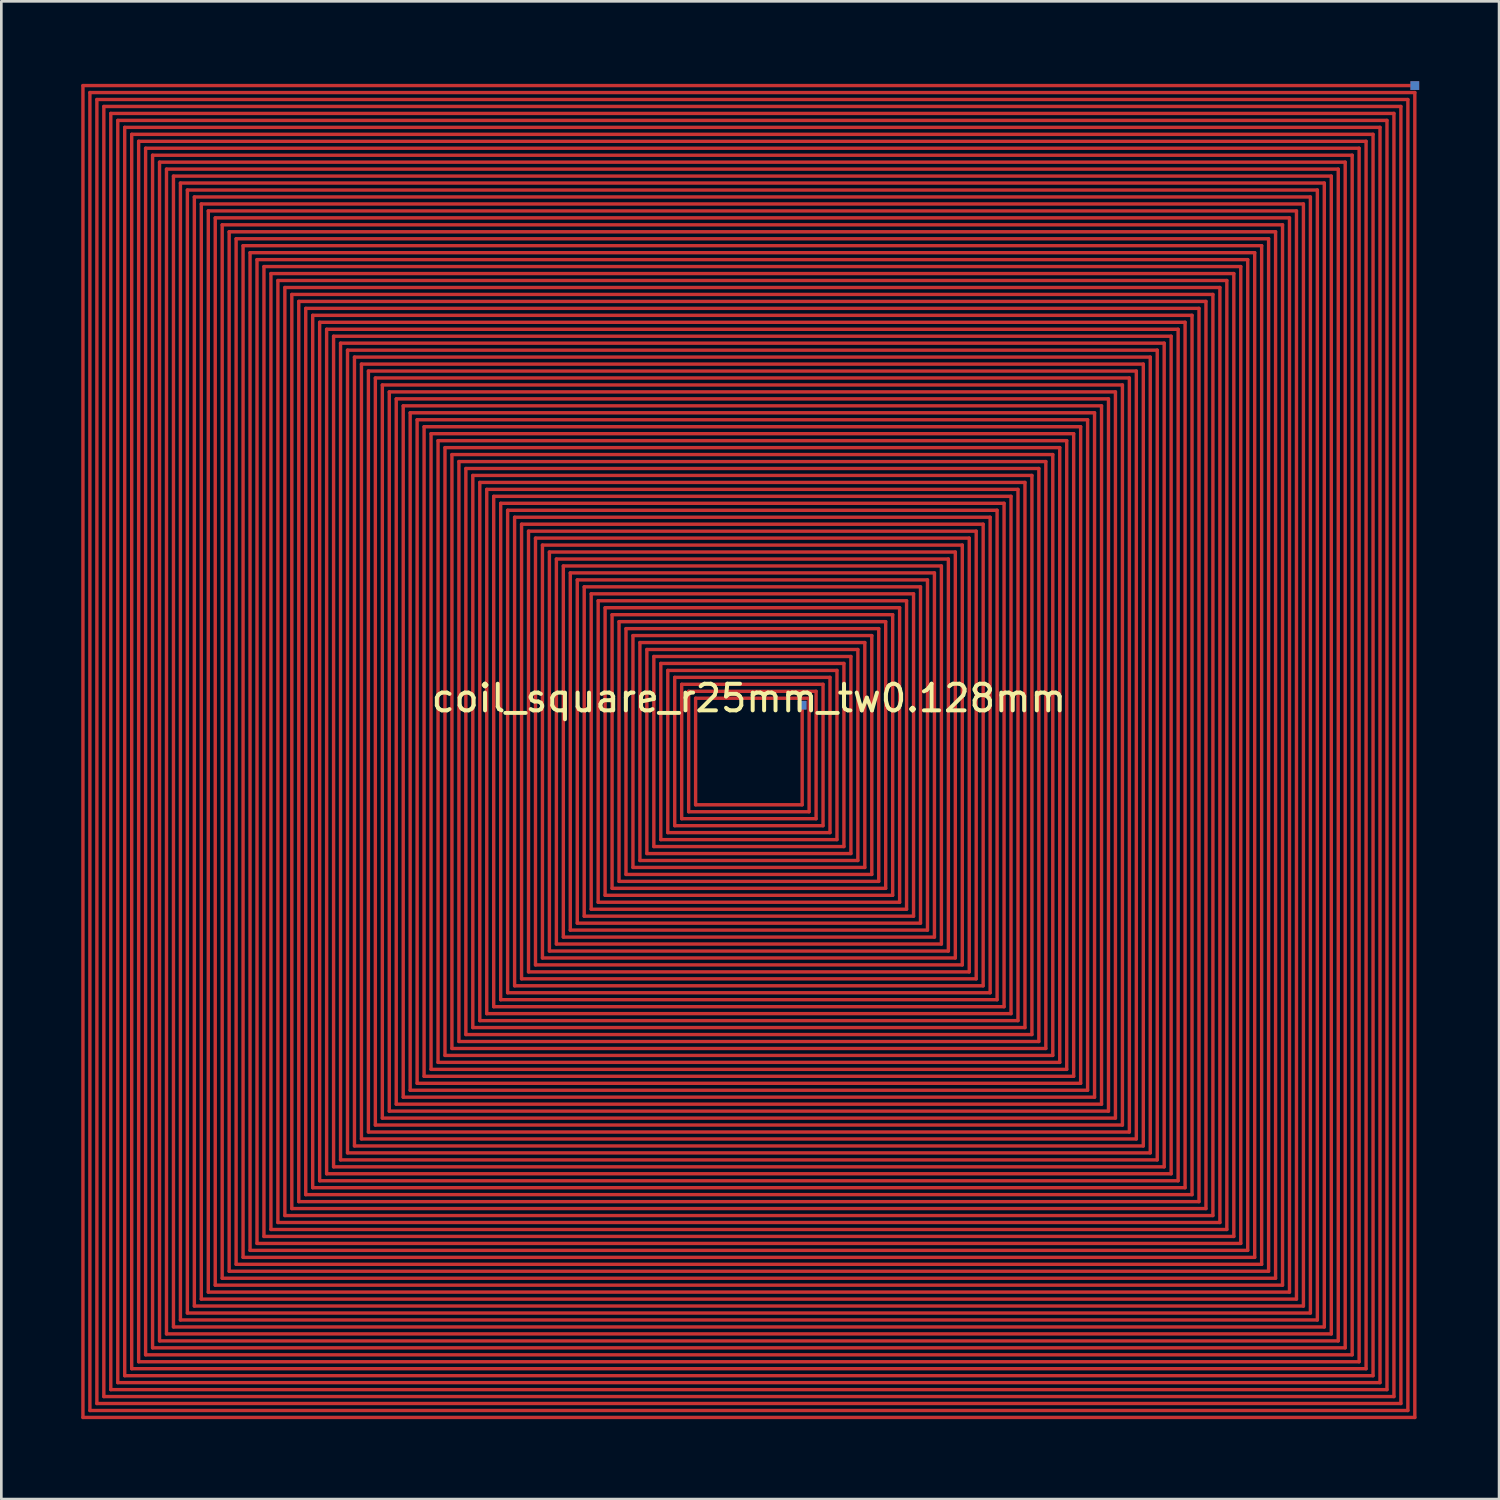
<source format=kicad_pcb>
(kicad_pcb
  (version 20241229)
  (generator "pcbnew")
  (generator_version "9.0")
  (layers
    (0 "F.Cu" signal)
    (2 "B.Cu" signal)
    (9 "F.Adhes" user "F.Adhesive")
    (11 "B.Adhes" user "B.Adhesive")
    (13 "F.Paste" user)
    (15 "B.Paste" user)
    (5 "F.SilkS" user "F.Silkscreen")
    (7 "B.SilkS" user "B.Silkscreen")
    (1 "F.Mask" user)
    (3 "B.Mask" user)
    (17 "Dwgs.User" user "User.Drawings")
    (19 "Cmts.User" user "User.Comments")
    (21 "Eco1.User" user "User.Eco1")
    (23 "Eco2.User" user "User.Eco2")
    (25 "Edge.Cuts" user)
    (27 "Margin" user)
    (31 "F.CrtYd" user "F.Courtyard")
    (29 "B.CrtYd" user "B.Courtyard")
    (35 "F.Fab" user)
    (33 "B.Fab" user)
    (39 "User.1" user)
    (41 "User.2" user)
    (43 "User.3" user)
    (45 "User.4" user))
  (footprint "coil_square_r25mm_tw0.128mm"
    (layer "F.Cu")
    (at 25.064 25.163)
    (property "Reference" "coil_square_r25mm_tw0.128mm" (at 0 -2 0) (layer "F.SilkS") (effects (font (size 1 1) (thickness 0.15))))
    (attr through_hole)
    (fp_line (start -25 -25) (end -25 25) (stroke (width 0.128) (type solid)) (layer "F.Cu"))
    (fp_line (start -25 25) (end 25 25) (stroke (width 0.128) (type solid)) (layer "F.Cu"))
    (fp_line (start -24.739 -24.739) (end -24.739 24.739) (stroke (width 0.128) (type solid)) (layer "F.Cu"))
    (fp_line (start -24.739 24.739) (end 24.739 24.739) (stroke (width 0.128) (type solid)) (layer "F.Cu"))
    (fp_line (start -24.477 -24.477) (end -24.477 24.477) (stroke (width 0.128) (type solid)) (layer "F.Cu"))
    (fp_line (start -24.477 24.477) (end 24.477 24.477) (stroke (width 0.128) (type solid)) (layer "F.Cu"))
    (fp_line (start -24.216 -24.216) (end -24.216 24.216) (stroke (width 0.128) (type solid)) (layer "F.Cu"))
    (fp_line (start -24.216 24.216) (end 24.216 24.216) (stroke (width 0.128) (type solid)) (layer "F.Cu"))
    (fp_line (start -23.955 -23.955) (end -23.955 23.955) (stroke (width 0.128) (type solid)) (layer "F.Cu"))
    (fp_line (start -23.955 23.955) (end 23.955 23.955) (stroke (width 0.128) (type solid)) (layer "F.Cu"))
    (fp_line (start -23.693 -23.693) (end -23.693 23.693) (stroke (width 0.128) (type solid)) (layer "F.Cu"))
    (fp_line (start -23.693 23.693) (end 23.693 23.693) (stroke (width 0.128) (type solid)) (layer "F.Cu"))
    (fp_line (start -23.432 -23.432) (end -23.432 23.432) (stroke (width 0.128) (type solid)) (layer "F.Cu"))
    (fp_line (start -23.432 23.432) (end 23.432 23.432) (stroke (width 0.128) (type solid)) (layer "F.Cu"))
    (fp_line (start -23.17 -23.17) (end -23.17 23.17) (stroke (width 0.128) (type solid)) (layer "F.Cu"))
    (fp_line (start -23.17 23.17) (end 23.17 23.17) (stroke (width 0.128) (type solid)) (layer "F.Cu"))
    (fp_line (start -22.909 -22.909) (end -22.909 22.909) (stroke (width 0.128) (type solid)) (layer "F.Cu"))
    (fp_line (start -22.909 22.909) (end 22.909 22.909) (stroke (width 0.128) (type solid)) (layer "F.Cu"))
    (fp_line (start -22.648 -22.648) (end -22.648 22.648) (stroke (width 0.128) (type solid)) (layer "F.Cu"))
    (fp_line (start -22.648 22.648) (end 22.648 22.648) (stroke (width 0.128) (type solid)) (layer "F.Cu"))
    (fp_line (start -22.386 -22.386) (end -22.386 22.386) (stroke (width 0.128) (type solid)) (layer "F.Cu"))
    (fp_line (start -22.386 22.386) (end 22.386 22.386) (stroke (width 0.128) (type solid)) (layer "F.Cu"))
    (fp_line (start -22.125 -22.125) (end -22.125 22.125) (stroke (width 0.128) (type solid)) (layer "F.Cu"))
    (fp_line (start -22.125 22.125) (end 22.125 22.125) (stroke (width 0.128) (type solid)) (layer "F.Cu"))
    (fp_line (start -21.864 -21.864) (end -21.864 21.864) (stroke (width 0.128) (type solid)) (layer "F.Cu"))
    (fp_line (start -21.864 21.864) (end 21.864 21.864) (stroke (width 0.128) (type solid)) (layer "F.Cu"))
    (fp_line (start -21.602 -21.602) (end -21.602 21.602) (stroke (width 0.128) (type solid)) (layer "F.Cu"))
    (fp_line (start -21.602 21.602) (end 21.602 21.602) (stroke (width 0.128) (type solid)) (layer "F.Cu"))
    (fp_line (start -21.341 -21.341) (end -21.341 21.341) (stroke (width 0.128) (type solid)) (layer "F.Cu"))
    (fp_line (start -21.341 21.341) (end 21.341 21.341) (stroke (width 0.128) (type solid)) (layer "F.Cu"))
    (fp_line (start -21.08 -21.08) (end -21.08 21.08) (stroke (width 0.128) (type solid)) (layer "F.Cu"))
    (fp_line (start -21.08 21.08) (end 21.08 21.08) (stroke (width 0.128) (type solid)) (layer "F.Cu"))
    (fp_line (start -20.818 -20.818) (end -20.818 20.818) (stroke (width 0.128) (type solid)) (layer "F.Cu"))
    (fp_line (start -20.818 20.818) (end 20.818 20.818) (stroke (width 0.128) (type solid)) (layer "F.Cu"))
    (fp_line (start -20.557 -20.557) (end -20.557 20.557) (stroke (width 0.128) (type solid)) (layer "F.Cu"))
    (fp_line (start -20.557 20.557) (end 20.557 20.557) (stroke (width 0.128) (type solid)) (layer "F.Cu"))
    (fp_line (start -20.295 -20.295) (end -20.295 20.295) (stroke (width 0.128) (type solid)) (layer "F.Cu"))
    (fp_line (start -20.295 20.295) (end 20.295 20.295) (stroke (width 0.128) (type solid)) (layer "F.Cu"))
    (fp_line (start -20.034 -20.034) (end -20.034 20.034) (stroke (width 0.128) (type solid)) (layer "F.Cu"))
    (fp_line (start -20.034 20.034) (end 20.034 20.034) (stroke (width 0.128) (type solid)) (layer "F.Cu"))
    (fp_line (start -19.773 -19.773) (end -19.773 19.773) (stroke (width 0.128) (type solid)) (layer "F.Cu"))
    (fp_line (start -19.773 19.773) (end 19.773 19.773) (stroke (width 0.128) (type solid)) (layer "F.Cu"))
    (fp_line (start -19.511 -19.511) (end -19.511 19.511) (stroke (width 0.128) (type solid)) (layer "F.Cu"))
    (fp_line (start -19.511 19.511) (end 19.511 19.511) (stroke (width 0.128) (type solid)) (layer "F.Cu"))
    (fp_line (start -19.25 -19.25) (end -19.25 19.25) (stroke (width 0.128) (type solid)) (layer "F.Cu"))
    (fp_line (start -19.25 19.25) (end 19.25 19.25) (stroke (width 0.128) (type solid)) (layer "F.Cu"))
    (fp_line (start -18.989 -18.989) (end -18.989 18.989) (stroke (width 0.128) (type solid)) (layer "F.Cu"))
    (fp_line (start -18.989 18.989) (end 18.989 18.989) (stroke (width 0.128) (type solid)) (layer "F.Cu"))
    (fp_line (start -18.727 -18.727) (end -18.727 18.727) (stroke (width 0.128) (type solid)) (layer "F.Cu"))
    (fp_line (start -18.727 18.727) (end 18.727 18.727) (stroke (width 0.128) (type solid)) (layer "F.Cu"))
    (fp_line (start -18.466 -18.466) (end -18.466 18.466) (stroke (width 0.128) (type solid)) (layer "F.Cu"))
    (fp_line (start -18.466 18.466) (end 18.466 18.466) (stroke (width 0.128) (type solid)) (layer "F.Cu"))
    (fp_line (start -18.205 -18.205) (end -18.205 18.205) (stroke (width 0.128) (type solid)) (layer "F.Cu"))
    (fp_line (start -18.205 18.205) (end 18.205 18.205) (stroke (width 0.128) (type solid)) (layer "F.Cu"))
    (fp_line (start -17.943 -17.943) (end -17.943 17.943) (stroke (width 0.128) (type solid)) (layer "F.Cu"))
    (fp_line (start -17.943 17.943) (end 17.943 17.943) (stroke (width 0.128) (type solid)) (layer "F.Cu"))
    (fp_line (start -17.682 -17.682) (end -17.682 17.682) (stroke (width 0.128) (type solid)) (layer "F.Cu"))
    (fp_line (start -17.682 17.682) (end 17.682 17.682) (stroke (width 0.128) (type solid)) (layer "F.Cu"))
    (fp_line (start -17.42 -17.42) (end -17.42 17.42) (stroke (width 0.128) (type solid)) (layer "F.Cu"))
    (fp_line (start -17.42 17.42) (end 17.42 17.42) (stroke (width 0.128) (type solid)) (layer "F.Cu"))
    (fp_line (start -17.159 -17.159) (end -17.159 17.159) (stroke (width 0.128) (type solid)) (layer "F.Cu"))
    (fp_line (start -17.159 17.159) (end 17.159 17.159) (stroke (width 0.128) (type solid)) (layer "F.Cu"))
    (fp_line (start -16.898 -16.898) (end -16.898 16.898) (stroke (width 0.128) (type solid)) (layer "F.Cu"))
    (fp_line (start -16.898 16.898) (end 16.898 16.898) (stroke (width 0.128) (type solid)) (layer "F.Cu"))
    (fp_line (start -16.636 -16.636) (end -16.636 16.636) (stroke (width 0.128) (type solid)) (layer "F.Cu"))
    (fp_line (start -16.636 16.636) (end 16.636 16.636) (stroke (width 0.128) (type solid)) (layer "F.Cu"))
    (fp_line (start -16.375 -16.375) (end -16.375 16.375) (stroke (width 0.128) (type solid)) (layer "F.Cu"))
    (fp_line (start -16.375 16.375) (end 16.375 16.375) (stroke (width 0.128) (type solid)) (layer "F.Cu"))
    (fp_line (start -16.114 -16.114) (end -16.114 16.114) (stroke (width 0.128) (type solid)) (layer "F.Cu"))
    (fp_line (start -16.114 16.114) (end 16.114 16.114) (stroke (width 0.128) (type solid)) (layer "F.Cu"))
    (fp_line (start -15.852 -15.852) (end -15.852 15.852) (stroke (width 0.128) (type solid)) (layer "F.Cu"))
    (fp_line (start -15.852 15.852) (end 15.852 15.852) (stroke (width 0.128) (type solid)) (layer "F.Cu"))
    (fp_line (start -15.591 -15.591) (end -15.591 15.591) (stroke (width 0.128) (type solid)) (layer "F.Cu"))
    (fp_line (start -15.591 15.591) (end 15.591 15.591) (stroke (width 0.128) (type solid)) (layer "F.Cu"))
    (fp_line (start -15.33 -15.33) (end -15.33 15.33) (stroke (width 0.128) (type solid)) (layer "F.Cu"))
    (fp_line (start -15.33 15.33) (end 15.33 15.33) (stroke (width 0.128) (type solid)) (layer "F.Cu"))
    (fp_line (start -15.068 -15.068) (end -15.068 15.068) (stroke (width 0.128) (type solid)) (layer "F.Cu"))
    (fp_line (start -15.068 15.068) (end 15.068 15.068) (stroke (width 0.128) (type solid)) (layer "F.Cu"))
    (fp_line (start -14.807 -14.807) (end -14.807 14.807) (stroke (width 0.128) (type solid)) (layer "F.Cu"))
    (fp_line (start -14.807 14.807) (end 14.807 14.807) (stroke (width 0.128) (type solid)) (layer "F.Cu"))
    (fp_line (start -14.545 -14.545) (end -14.545 14.545) (stroke (width 0.128) (type solid)) (layer "F.Cu"))
    (fp_line (start -14.545 14.545) (end 14.545 14.545) (stroke (width 0.128) (type solid)) (layer "F.Cu"))
    (fp_line (start -14.284 -14.284) (end -14.284 14.284) (stroke (width 0.128) (type solid)) (layer "F.Cu"))
    (fp_line (start -14.284 14.284) (end 14.284 14.284) (stroke (width 0.128) (type solid)) (layer "F.Cu"))
    (fp_line (start -14.023 -14.023) (end -14.023 14.023) (stroke (width 0.128) (type solid)) (layer "F.Cu"))
    (fp_line (start -14.023 14.023) (end 14.023 14.023) (stroke (width 0.128) (type solid)) (layer "F.Cu"))
    (fp_line (start -13.761 -13.761) (end -13.761 13.761) (stroke (width 0.128) (type solid)) (layer "F.Cu"))
    (fp_line (start -13.761 13.761) (end 13.761 13.761) (stroke (width 0.128) (type solid)) (layer "F.Cu"))
    (fp_line (start -13.5 -13.5) (end -13.5 13.5) (stroke (width 0.128) (type solid)) (layer "F.Cu"))
    (fp_line (start -13.5 13.5) (end 13.5 13.5) (stroke (width 0.128) (type solid)) (layer "F.Cu"))
    (fp_line (start -13.239 -13.239) (end -13.239 13.239) (stroke (width 0.128) (type solid)) (layer "F.Cu"))
    (fp_line (start -13.239 13.239) (end 13.239 13.239) (stroke (width 0.128) (type solid)) (layer "F.Cu"))
    (fp_line (start -12.977 -12.977) (end -12.977 12.977) (stroke (width 0.128) (type solid)) (layer "F.Cu"))
    (fp_line (start -12.977 12.977) (end 12.977 12.977) (stroke (width 0.128) (type solid)) (layer "F.Cu"))
    (fp_line (start -12.716 -12.716) (end -12.716 12.716) (stroke (width 0.128) (type solid)) (layer "F.Cu"))
    (fp_line (start -12.716 12.716) (end 12.716 12.716) (stroke (width 0.128) (type solid)) (layer "F.Cu"))
    (fp_line (start -12.455 -12.455) (end -12.455 12.455) (stroke (width 0.128) (type solid)) (layer "F.Cu"))
    (fp_line (start -12.455 12.455) (end 12.455 12.455) (stroke (width 0.128) (type solid)) (layer "F.Cu"))
    (fp_line (start -12.193 -12.193) (end -12.193 12.193) (stroke (width 0.128) (type solid)) (layer "F.Cu"))
    (fp_line (start -12.193 12.193) (end 12.193 12.193) (stroke (width 0.128) (type solid)) (layer "F.Cu"))
    (fp_line (start -11.932 -11.932) (end -11.932 11.932) (stroke (width 0.128) (type solid)) (layer "F.Cu"))
    (fp_line (start -11.932 11.932) (end 11.932 11.932) (stroke (width 0.128) (type solid)) (layer "F.Cu"))
    (fp_line (start -11.67 -11.67) (end -11.67 11.67) (stroke (width 0.128) (type solid)) (layer "F.Cu"))
    (fp_line (start -11.67 11.67) (end 11.67 11.67) (stroke (width 0.128) (type solid)) (layer "F.Cu"))
    (fp_line (start -11.409 -11.409) (end -11.409 11.409) (stroke (width 0.128) (type solid)) (layer "F.Cu"))
    (fp_line (start -11.409 11.409) (end 11.409 11.409) (stroke (width 0.128) (type solid)) (layer "F.Cu"))
    (fp_line (start -11.148 -11.148) (end -11.148 11.148) (stroke (width 0.128) (type solid)) (layer "F.Cu"))
    (fp_line (start -11.148 11.148) (end 11.148 11.148) (stroke (width 0.128) (type solid)) (layer "F.Cu"))
    (fp_line (start -10.886 -10.886) (end -10.886 10.886) (stroke (width 0.128) (type solid)) (layer "F.Cu"))
    (fp_line (start -10.886 10.886) (end 10.886 10.886) (stroke (width 0.128) (type solid)) (layer "F.Cu"))
    (fp_line (start -10.625 -10.625) (end -10.625 10.625) (stroke (width 0.128) (type solid)) (layer "F.Cu"))
    (fp_line (start -10.625 10.625) (end 10.625 10.625) (stroke (width 0.128) (type solid)) (layer "F.Cu"))
    (fp_line (start -10.364 -10.364) (end -10.364 10.364) (stroke (width 0.128) (type solid)) (layer "F.Cu"))
    (fp_line (start -10.364 10.364) (end 10.364 10.364) (stroke (width 0.128) (type solid)) (layer "F.Cu"))
    (fp_line (start -10.102 -10.102) (end -10.102 10.102) (stroke (width 0.128) (type solid)) (layer "F.Cu"))
    (fp_line (start -10.102 10.102) (end 10.102 10.102) (stroke (width 0.128) (type solid)) (layer "F.Cu"))
    (fp_line (start -9.841 -9.841) (end -9.841 9.841) (stroke (width 0.128) (type solid)) (layer "F.Cu"))
    (fp_line (start -9.841 9.841) (end 9.841 9.841) (stroke (width 0.128) (type solid)) (layer "F.Cu"))
    (fp_line (start -9.58 -9.58) (end -9.58 9.58) (stroke (width 0.128) (type solid)) (layer "F.Cu"))
    (fp_line (start -9.58 9.58) (end 9.58 9.58) (stroke (width 0.128) (type solid)) (layer "F.Cu"))
    (fp_line (start -9.318 -9.318) (end -9.318 9.318) (stroke (width 0.128) (type solid)) (layer "F.Cu"))
    (fp_line (start -9.318 9.318) (end 9.318 9.318) (stroke (width 0.128) (type solid)) (layer "F.Cu"))
    (fp_line (start -9.057 -9.057) (end -9.057 9.057) (stroke (width 0.128) (type solid)) (layer "F.Cu"))
    (fp_line (start -9.057 9.057) (end 9.057 9.057) (stroke (width 0.128) (type solid)) (layer "F.Cu"))
    (fp_line (start -8.795 -8.795) (end -8.795 8.795) (stroke (width 0.128) (type solid)) (layer "F.Cu"))
    (fp_line (start -8.795 8.795) (end 8.795 8.795) (stroke (width 0.128) (type solid)) (layer "F.Cu"))
    (fp_line (start -8.534 -8.534) (end -8.534 8.534) (stroke (width 0.128) (type solid)) (layer "F.Cu"))
    (fp_line (start -8.534 8.534) (end 8.534 8.534) (stroke (width 0.128) (type solid)) (layer "F.Cu"))
    (fp_line (start -8.273 -8.273) (end -8.273 8.273) (stroke (width 0.128) (type solid)) (layer "F.Cu"))
    (fp_line (start -8.273 8.273) (end 8.273 8.273) (stroke (width 0.128) (type solid)) (layer "F.Cu"))
    (fp_line (start -8.011 -8.011) (end -8.011 8.011) (stroke (width 0.128) (type solid)) (layer "F.Cu"))
    (fp_line (start -8.011 8.011) (end 8.011 8.011) (stroke (width 0.128) (type solid)) (layer "F.Cu"))
    (fp_line (start -7.75 -7.75) (end -7.75 7.75) (stroke (width 0.128) (type solid)) (layer "F.Cu"))
    (fp_line (start -7.75 7.75) (end 7.75 7.75) (stroke (width 0.128) (type solid)) (layer "F.Cu"))
    (fp_line (start -7.489 -7.489) (end -7.489 7.489) (stroke (width 0.128) (type solid)) (layer "F.Cu"))
    (fp_line (start -7.489 7.489) (end 7.489 7.489) (stroke (width 0.128) (type solid)) (layer "F.Cu"))
    (fp_line (start -7.227 -7.227) (end -7.227 7.227) (stroke (width 0.128) (type solid)) (layer "F.Cu"))
    (fp_line (start -7.227 7.227) (end 7.227 7.227) (stroke (width 0.128) (type solid)) (layer "F.Cu"))
    (fp_line (start -6.966 -6.966) (end -6.966 6.966) (stroke (width 0.128) (type solid)) (layer "F.Cu"))
    (fp_line (start -6.966 6.966) (end 6.966 6.966) (stroke (width 0.128) (type solid)) (layer "F.Cu"))
    (fp_line (start -6.705 -6.705) (end -6.705 6.705) (stroke (width 0.128) (type solid)) (layer "F.Cu"))
    (fp_line (start -6.705 6.705) (end 6.705 6.705) (stroke (width 0.128) (type solid)) (layer "F.Cu"))
    (fp_line (start -6.443 -6.443) (end -6.443 6.443) (stroke (width 0.128) (type solid)) (layer "F.Cu"))
    (fp_line (start -6.443 6.443) (end 6.443 6.443) (stroke (width 0.128) (type solid)) (layer "F.Cu"))
    (fp_line (start -6.182 -6.182) (end -6.182 6.182) (stroke (width 0.128) (type solid)) (layer "F.Cu"))
    (fp_line (start -6.182 6.182) (end 6.182 6.182) (stroke (width 0.128) (type solid)) (layer "F.Cu"))
    (fp_line (start -5.92 -5.92) (end -5.92 5.92) (stroke (width 0.128) (type solid)) (layer "F.Cu"))
    (fp_line (start -5.92 5.92) (end 5.92 5.92) (stroke (width 0.128) (type solid)) (layer "F.Cu"))
    (fp_line (start -5.659 -5.659) (end -5.659 5.659) (stroke (width 0.128) (type solid)) (layer "F.Cu"))
    (fp_line (start -5.659 5.659) (end 5.659 5.659) (stroke (width 0.128) (type solid)) (layer "F.Cu"))
    (fp_line (start -5.398 -5.398) (end -5.398 5.398) (stroke (width 0.128) (type solid)) (layer "F.Cu"))
    (fp_line (start -5.398 5.398) (end 5.398 5.398) (stroke (width 0.128) (type solid)) (layer "F.Cu"))
    (fp_line (start -5.136 -5.136) (end -5.136 5.136) (stroke (width 0.128) (type solid)) (layer "F.Cu"))
    (fp_line (start -5.136 5.136) (end 5.136 5.136) (stroke (width 0.128) (type solid)) (layer "F.Cu"))
    (fp_line (start -4.875 -4.875) (end -4.875 4.875) (stroke (width 0.128) (type solid)) (layer "F.Cu"))
    (fp_line (start -4.875 4.875) (end 4.875 4.875) (stroke (width 0.128) (type solid)) (layer "F.Cu"))
    (fp_line (start -4.614 -4.614) (end -4.614 4.614) (stroke (width 0.128) (type solid)) (layer "F.Cu"))
    (fp_line (start -4.614 4.614) (end 4.614 4.614) (stroke (width 0.128) (type solid)) (layer "F.Cu"))
    (fp_line (start -4.352 -4.352) (end -4.352 4.352) (stroke (width 0.128) (type solid)) (layer "F.Cu"))
    (fp_line (start -4.352 4.352) (end 4.352 4.352) (stroke (width 0.128) (type solid)) (layer "F.Cu"))
    (fp_line (start -4.091 -4.091) (end -4.091 4.091) (stroke (width 0.128) (type solid)) (layer "F.Cu"))
    (fp_line (start -4.091 4.091) (end 4.091 4.091) (stroke (width 0.128) (type solid)) (layer "F.Cu"))
    (fp_line (start -3.83 -3.83) (end -3.83 3.83) (stroke (width 0.128) (type solid)) (layer "F.Cu"))
    (fp_line (start -3.83 3.83) (end 3.83 3.83) (stroke (width 0.128) (type solid)) (layer "F.Cu"))
    (fp_line (start -3.568 -3.568) (end -3.568 3.568) (stroke (width 0.128) (type solid)) (layer "F.Cu"))
    (fp_line (start -3.568 3.568) (end 3.568 3.568) (stroke (width 0.128) (type solid)) (layer "F.Cu"))
    (fp_line (start -3.307 -3.307) (end -3.307 3.307) (stroke (width 0.128) (type solid)) (layer "F.Cu"))
    (fp_line (start -3.307 3.307) (end 3.307 3.307) (stroke (width 0.128) (type solid)) (layer "F.Cu"))
    (fp_line (start -3.045 -3.045) (end -3.045 3.045) (stroke (width 0.128) (type solid)) (layer "F.Cu"))
    (fp_line (start -3.045 3.045) (end 3.045 3.045) (stroke (width 0.128) (type solid)) (layer "F.Cu"))
    (fp_line (start -2.784 -2.784) (end -2.784 2.784) (stroke (width 0.128) (type solid)) (layer "F.Cu"))
    (fp_line (start -2.784 2.784) (end 2.784 2.784) (stroke (width 0.128) (type solid)) (layer "F.Cu"))
    (fp_line (start -2.523 -2.523) (end -2.523 2.523) (stroke (width 0.128) (type solid)) (layer "F.Cu"))
    (fp_line (start -2.523 2.523) (end 2.523 2.523) (stroke (width 0.128) (type solid)) (layer "F.Cu"))
    (fp_line (start -2.261 -2.261) (end -2.261 2.261) (stroke (width 0.128) (type solid)) (layer "F.Cu"))
    (fp_line (start -2.261 2.261) (end 2.261 2.261) (stroke (width 0.128) (type solid)) (layer "F.Cu"))
    (fp_line (start -2 -2) (end -2 2) (stroke (width 0.128) (type solid)) (layer "F.Cu"))
    (fp_line (start -2 2) (end 2 2) (stroke (width 0.128) (type solid)) (layer "F.Cu"))
    (fp_line (start 2 2) (end 2 -1.739) (stroke (width 0.128) (type solid)) (layer "F.Cu"))
    (fp_line (start 2.261 -2) (end -2 -2) (stroke (width 0.128) (type solid)) (layer "F.Cu"))
    (fp_line (start 2.261 2.261) (end 2.261 -2) (stroke (width 0.128) (type solid)) (layer "F.Cu"))
    (fp_line (start 2.523 -2.261) (end -2.261 -2.261) (stroke (width 0.128) (type solid)) (layer "F.Cu"))
    (fp_line (start 2.523 2.523) (end 2.523 -2.261) (stroke (width 0.128) (type solid)) (layer "F.Cu"))
    (fp_line (start 2.784 -2.523) (end -2.523 -2.523) (stroke (width 0.128) (type solid)) (layer "F.Cu"))
    (fp_line (start 2.784 2.784) (end 2.784 -2.523) (stroke (width 0.128) (type solid)) (layer "F.Cu"))
    (fp_line (start 3.045 -2.784) (end -2.784 -2.784) (stroke (width 0.128) (type solid)) (layer "F.Cu"))
    (fp_line (start 3.045 3.045) (end 3.045 -2.784) (stroke (width 0.128) (type solid)) (layer "F.Cu"))
    (fp_line (start 3.307 -3.045) (end -3.045 -3.045) (stroke (width 0.128) (type solid)) (layer "F.Cu"))
    (fp_line (start 3.307 3.307) (end 3.307 -3.045) (stroke (width 0.128) (type solid)) (layer "F.Cu"))
    (fp_line (start 3.568 -3.307) (end -3.307 -3.307) (stroke (width 0.128) (type solid)) (layer "F.Cu"))
    (fp_line (start 3.568 3.568) (end 3.568 -3.307) (stroke (width 0.128) (type solid)) (layer "F.Cu"))
    (fp_line (start 3.83 -3.568) (end -3.568 -3.568) (stroke (width 0.128) (type solid)) (layer "F.Cu"))
    (fp_line (start 3.83 3.83) (end 3.83 -3.568) (stroke (width 0.128) (type solid)) (layer "F.Cu"))
    (fp_line (start 4.091 -3.83) (end -3.83 -3.83) (stroke (width 0.128) (type solid)) (layer "F.Cu"))
    (fp_line (start 4.091 4.091) (end 4.091 -3.83) (stroke (width 0.128) (type solid)) (layer "F.Cu"))
    (fp_line (start 4.352 -4.091) (end -4.091 -4.091) (stroke (width 0.128) (type solid)) (layer "F.Cu"))
    (fp_line (start 4.352 4.352) (end 4.352 -4.091) (stroke (width 0.128) (type solid)) (layer "F.Cu"))
    (fp_line (start 4.614 -4.352) (end -4.352 -4.352) (stroke (width 0.128) (type solid)) (layer "F.Cu"))
    (fp_line (start 4.614 4.614) (end 4.614 -4.352) (stroke (width 0.128) (type solid)) (layer "F.Cu"))
    (fp_line (start 4.875 -4.614) (end -4.614 -4.614) (stroke (width 0.128) (type solid)) (layer "F.Cu"))
    (fp_line (start 4.875 4.875) (end 4.875 -4.614) (stroke (width 0.128) (type solid)) (layer "F.Cu"))
    (fp_line (start 5.136 -4.875) (end -4.875 -4.875) (stroke (width 0.128) (type solid)) (layer "F.Cu"))
    (fp_line (start 5.136 5.136) (end 5.136 -4.875) (stroke (width 0.128) (type solid)) (layer "F.Cu"))
    (fp_line (start 5.398 -5.136) (end -5.136 -5.136) (stroke (width 0.128) (type solid)) (layer "F.Cu"))
    (fp_line (start 5.398 5.398) (end 5.398 -5.136) (stroke (width 0.128) (type solid)) (layer "F.Cu"))
    (fp_line (start 5.659 -5.398) (end -5.398 -5.398) (stroke (width 0.128) (type solid)) (layer "F.Cu"))
    (fp_line (start 5.659 5.659) (end 5.659 -5.398) (stroke (width 0.128) (type solid)) (layer "F.Cu"))
    (fp_line (start 5.92 -5.659) (end -5.659 -5.659) (stroke (width 0.128) (type solid)) (layer "F.Cu"))
    (fp_line (start 5.92 5.92) (end 5.92 -5.659) (stroke (width 0.128) (type solid)) (layer "F.Cu"))
    (fp_line (start 6.182 -5.92) (end -5.92 -5.92) (stroke (width 0.128) (type solid)) (layer "F.Cu"))
    (fp_line (start 6.182 6.182) (end 6.182 -5.92) (stroke (width 0.128) (type solid)) (layer "F.Cu"))
    (fp_line (start 6.443 -6.182) (end -6.182 -6.182) (stroke (width 0.128) (type solid)) (layer "F.Cu"))
    (fp_line (start 6.443 6.443) (end 6.443 -6.182) (stroke (width 0.128) (type solid)) (layer "F.Cu"))
    (fp_line (start 6.705 -6.443) (end -6.443 -6.443) (stroke (width 0.128) (type solid)) (layer "F.Cu"))
    (fp_line (start 6.705 6.705) (end 6.705 -6.443) (stroke (width 0.128) (type solid)) (layer "F.Cu"))
    (fp_line (start 6.966 -6.705) (end -6.705 -6.705) (stroke (width 0.128) (type solid)) (layer "F.Cu"))
    (fp_line (start 6.966 6.966) (end 6.966 -6.705) (stroke (width 0.128) (type solid)) (layer "F.Cu"))
    (fp_line (start 7.227 -6.966) (end -6.966 -6.966) (stroke (width 0.128) (type solid)) (layer "F.Cu"))
    (fp_line (start 7.227 7.227) (end 7.227 -6.966) (stroke (width 0.128) (type solid)) (layer "F.Cu"))
    (fp_line (start 7.489 -7.227) (end -7.227 -7.227) (stroke (width 0.128) (type solid)) (layer "F.Cu"))
    (fp_line (start 7.489 7.489) (end 7.489 -7.227) (stroke (width 0.128) (type solid)) (layer "F.Cu"))
    (fp_line (start 7.75 -7.489) (end -7.489 -7.489) (stroke (width 0.128) (type solid)) (layer "F.Cu"))
    (fp_line (start 7.75 7.75) (end 7.75 -7.489) (stroke (width 0.128) (type solid)) (layer "F.Cu"))
    (fp_line (start 8.011 -7.75) (end -7.75 -7.75) (stroke (width 0.128) (type solid)) (layer "F.Cu"))
    (fp_line (start 8.011 8.011) (end 8.011 -7.75) (stroke (width 0.128) (type solid)) (layer "F.Cu"))
    (fp_line (start 8.273 -8.011) (end -8.011 -8.011) (stroke (width 0.128) (type solid)) (layer "F.Cu"))
    (fp_line (start 8.273 8.273) (end 8.273 -8.011) (stroke (width 0.128) (type solid)) (layer "F.Cu"))
    (fp_line (start 8.534 -8.273) (end -8.273 -8.273) (stroke (width 0.128) (type solid)) (layer "F.Cu"))
    (fp_line (start 8.534 8.534) (end 8.534 -8.273) (stroke (width 0.128) (type solid)) (layer "F.Cu"))
    (fp_line (start 8.795 -8.534) (end -8.534 -8.534) (stroke (width 0.128) (type solid)) (layer "F.Cu"))
    (fp_line (start 8.795 8.795) (end 8.795 -8.534) (stroke (width 0.128) (type solid)) (layer "F.Cu"))
    (fp_line (start 9.057 -8.795) (end -8.795 -8.795) (stroke (width 0.128) (type solid)) (layer "F.Cu"))
    (fp_line (start 9.057 9.057) (end 9.057 -8.795) (stroke (width 0.128) (type solid)) (layer "F.Cu"))
    (fp_line (start 9.318 -9.057) (end -9.057 -9.057) (stroke (width 0.128) (type solid)) (layer "F.Cu"))
    (fp_line (start 9.318 9.318) (end 9.318 -9.057) (stroke (width 0.128) (type solid)) (layer "F.Cu"))
    (fp_line (start 9.58 -9.318) (end -9.318 -9.318) (stroke (width 0.128) (type solid)) (layer "F.Cu"))
    (fp_line (start 9.58 9.58) (end 9.58 -9.318) (stroke (width 0.128) (type solid)) (layer "F.Cu"))
    (fp_line (start 9.841 -9.58) (end -9.58 -9.58) (stroke (width 0.128) (type solid)) (layer "F.Cu"))
    (fp_line (start 9.841 9.841) (end 9.841 -9.58) (stroke (width 0.128) (type solid)) (layer "F.Cu"))
    (fp_line (start 10.102 -9.841) (end -9.841 -9.841) (stroke (width 0.128) (type solid)) (layer "F.Cu"))
    (fp_line (start 10.102 10.102) (end 10.102 -9.841) (stroke (width 0.128) (type solid)) (layer "F.Cu"))
    (fp_line (start 10.364 -10.102) (end -10.102 -10.102) (stroke (width 0.128) (type solid)) (layer "F.Cu"))
    (fp_line (start 10.364 10.364) (end 10.364 -10.102) (stroke (width 0.128) (type solid)) (layer "F.Cu"))
    (fp_line (start 10.625 -10.364) (end -10.364 -10.364) (stroke (width 0.128) (type solid)) (layer "F.Cu"))
    (fp_line (start 10.625 10.625) (end 10.625 -10.364) (stroke (width 0.128) (type solid)) (layer "F.Cu"))
    (fp_line (start 10.886 -10.625) (end -10.625 -10.625) (stroke (width 0.128) (type solid)) (layer "F.Cu"))
    (fp_line (start 10.886 10.886) (end 10.886 -10.625) (stroke (width 0.128) (type solid)) (layer "F.Cu"))
    (fp_line (start 11.148 -10.886) (end -10.886 -10.886) (stroke (width 0.128) (type solid)) (layer "F.Cu"))
    (fp_line (start 11.148 11.148) (end 11.148 -10.886) (stroke (width 0.128) (type solid)) (layer "F.Cu"))
    (fp_line (start 11.409 -11.148) (end -11.148 -11.148) (stroke (width 0.128) (type solid)) (layer "F.Cu"))
    (fp_line (start 11.409 11.409) (end 11.409 -11.148) (stroke (width 0.128) (type solid)) (layer "F.Cu"))
    (fp_line (start 11.67 -11.409) (end -11.409 -11.409) (stroke (width 0.128) (type solid)) (layer "F.Cu"))
    (fp_line (start 11.67 11.67) (end 11.67 -11.409) (stroke (width 0.128) (type solid)) (layer "F.Cu"))
    (fp_line (start 11.932 -11.67) (end -11.67 -11.67) (stroke (width 0.128) (type solid)) (layer "F.Cu"))
    (fp_line (start 11.932 11.932) (end 11.932 -11.67) (stroke (width 0.128) (type solid)) (layer "F.Cu"))
    (fp_line (start 12.193 -11.932) (end -11.932 -11.932) (stroke (width 0.128) (type solid)) (layer "F.Cu"))
    (fp_line (start 12.193 12.193) (end 12.193 -11.932) (stroke (width 0.128) (type solid)) (layer "F.Cu"))
    (fp_line (start 12.455 -12.193) (end -12.193 -12.193) (stroke (width 0.128) (type solid)) (layer "F.Cu"))
    (fp_line (start 12.455 12.455) (end 12.455 -12.193) (stroke (width 0.128) (type solid)) (layer "F.Cu"))
    (fp_line (start 12.716 -12.455) (end -12.455 -12.455) (stroke (width 0.128) (type solid)) (layer "F.Cu"))
    (fp_line (start 12.716 12.716) (end 12.716 -12.455) (stroke (width 0.128) (type solid)) (layer "F.Cu"))
    (fp_line (start 12.977 -12.716) (end -12.716 -12.716) (stroke (width 0.128) (type solid)) (layer "F.Cu"))
    (fp_line (start 12.977 12.977) (end 12.977 -12.716) (stroke (width 0.128) (type solid)) (layer "F.Cu"))
    (fp_line (start 13.239 -12.977) (end -12.977 -12.977) (stroke (width 0.128) (type solid)) (layer "F.Cu"))
    (fp_line (start 13.239 13.239) (end 13.239 -12.977) (stroke (width 0.128) (type solid)) (layer "F.Cu"))
    (fp_line (start 13.5 -13.239) (end -13.239 -13.239) (stroke (width 0.128) (type solid)) (layer "F.Cu"))
    (fp_line (start 13.5 13.5) (end 13.5 -13.239) (stroke (width 0.128) (type solid)) (layer "F.Cu"))
    (fp_line (start 13.761 -13.5) (end -13.5 -13.5) (stroke (width 0.128) (type solid)) (layer "F.Cu"))
    (fp_line (start 13.761 13.761) (end 13.761 -13.5) (stroke (width 0.128) (type solid)) (layer "F.Cu"))
    (fp_line (start 14.023 -13.761) (end -13.761 -13.761) (stroke (width 0.128) (type solid)) (layer "F.Cu"))
    (fp_line (start 14.023 14.023) (end 14.023 -13.761) (stroke (width 0.128) (type solid)) (layer "F.Cu"))
    (fp_line (start 14.284 -14.023) (end -14.023 -14.023) (stroke (width 0.128) (type solid)) (layer "F.Cu"))
    (fp_line (start 14.284 14.284) (end 14.284 -14.023) (stroke (width 0.128) (type solid)) (layer "F.Cu"))
    (fp_line (start 14.545 -14.284) (end -14.284 -14.284) (stroke (width 0.128) (type solid)) (layer "F.Cu"))
    (fp_line (start 14.545 14.545) (end 14.545 -14.284) (stroke (width 0.128) (type solid)) (layer "F.Cu"))
    (fp_line (start 14.807 -14.545) (end -14.545 -14.545) (stroke (width 0.128) (type solid)) (layer "F.Cu"))
    (fp_line (start 14.807 14.807) (end 14.807 -14.545) (stroke (width 0.128) (type solid)) (layer "F.Cu"))
    (fp_line (start 15.068 -14.807) (end -14.807 -14.807) (stroke (width 0.128) (type solid)) (layer "F.Cu"))
    (fp_line (start 15.068 15.068) (end 15.068 -14.807) (stroke (width 0.128) (type solid)) (layer "F.Cu"))
    (fp_line (start 15.33 -15.068) (end -15.068 -15.068) (stroke (width 0.128) (type solid)) (layer "F.Cu"))
    (fp_line (start 15.33 15.33) (end 15.33 -15.068) (stroke (width 0.128) (type solid)) (layer "F.Cu"))
    (fp_line (start 15.591 -15.33) (end -15.33 -15.33) (stroke (width 0.128) (type solid)) (layer "F.Cu"))
    (fp_line (start 15.591 15.591) (end 15.591 -15.33) (stroke (width 0.128) (type solid)) (layer "F.Cu"))
    (fp_line (start 15.852 -15.591) (end -15.591 -15.591) (stroke (width 0.128) (type solid)) (layer "F.Cu"))
    (fp_line (start 15.852 15.852) (end 15.852 -15.591) (stroke (width 0.128) (type solid)) (layer "F.Cu"))
    (fp_line (start 16.114 -15.852) (end -15.852 -15.852) (stroke (width 0.128) (type solid)) (layer "F.Cu"))
    (fp_line (start 16.114 16.114) (end 16.114 -15.852) (stroke (width 0.128) (type solid)) (layer "F.Cu"))
    (fp_line (start 16.375 -16.114) (end -16.114 -16.114) (stroke (width 0.128) (type solid)) (layer "F.Cu"))
    (fp_line (start 16.375 16.375) (end 16.375 -16.114) (stroke (width 0.128) (type solid)) (layer "F.Cu"))
    (fp_line (start 16.636 -16.375) (end -16.375 -16.375) (stroke (width 0.128) (type solid)) (layer "F.Cu"))
    (fp_line (start 16.636 16.636) (end 16.636 -16.375) (stroke (width 0.128) (type solid)) (layer "F.Cu"))
    (fp_line (start 16.898 -16.636) (end -16.636 -16.636) (stroke (width 0.128) (type solid)) (layer "F.Cu"))
    (fp_line (start 16.898 16.898) (end 16.898 -16.636) (stroke (width 0.128) (type solid)) (layer "F.Cu"))
    (fp_line (start 17.159 -16.898) (end -16.898 -16.898) (stroke (width 0.128) (type solid)) (layer "F.Cu"))
    (fp_line (start 17.159 17.159) (end 17.159 -16.898) (stroke (width 0.128) (type solid)) (layer "F.Cu"))
    (fp_line (start 17.42 -17.159) (end -17.159 -17.159) (stroke (width 0.128) (type solid)) (layer "F.Cu"))
    (fp_line (start 17.42 17.42) (end 17.42 -17.159) (stroke (width 0.128) (type solid)) (layer "F.Cu"))
    (fp_line (start 17.682 -17.42) (end -17.42 -17.42) (stroke (width 0.128) (type solid)) (layer "F.Cu"))
    (fp_line (start 17.682 17.682) (end 17.682 -17.42) (stroke (width 0.128) (type solid)) (layer "F.Cu"))
    (fp_line (start 17.943 -17.682) (end -17.682 -17.682) (stroke (width 0.128) (type solid)) (layer "F.Cu"))
    (fp_line (start 17.943 17.943) (end 17.943 -17.682) (stroke (width 0.128) (type solid)) (layer "F.Cu"))
    (fp_line (start 18.205 -17.943) (end -17.943 -17.943) (stroke (width 0.128) (type solid)) (layer "F.Cu"))
    (fp_line (start 18.205 18.205) (end 18.205 -17.943) (stroke (width 0.128) (type solid)) (layer "F.Cu"))
    (fp_line (start 18.466 -18.205) (end -18.205 -18.205) (stroke (width 0.128) (type solid)) (layer "F.Cu"))
    (fp_line (start 18.466 18.466) (end 18.466 -18.205) (stroke (width 0.128) (type solid)) (layer "F.Cu"))
    (fp_line (start 18.727 -18.466) (end -18.466 -18.466) (stroke (width 0.128) (type solid)) (layer "F.Cu"))
    (fp_line (start 18.727 18.727) (end 18.727 -18.466) (stroke (width 0.128) (type solid)) (layer "F.Cu"))
    (fp_line (start 18.989 -18.727) (end -18.727 -18.727) (stroke (width 0.128) (type solid)) (layer "F.Cu"))
    (fp_line (start 18.989 18.989) (end 18.989 -18.727) (stroke (width 0.128) (type solid)) (layer "F.Cu"))
    (fp_line (start 19.25 -18.989) (end -18.989 -18.989) (stroke (width 0.128) (type solid)) (layer "F.Cu"))
    (fp_line (start 19.25 19.25) (end 19.25 -18.989) (stroke (width 0.128) (type solid)) (layer "F.Cu"))
    (fp_line (start 19.511 -19.25) (end -19.25 -19.25) (stroke (width 0.128) (type solid)) (layer "F.Cu"))
    (fp_line (start 19.511 19.511) (end 19.511 -19.25) (stroke (width 0.128) (type solid)) (layer "F.Cu"))
    (fp_line (start 19.773 -19.511) (end -19.511 -19.511) (stroke (width 0.128) (type solid)) (layer "F.Cu"))
    (fp_line (start 19.773 19.773) (end 19.773 -19.511) (stroke (width 0.128) (type solid)) (layer "F.Cu"))
    (fp_line (start 20.034 -19.773) (end -19.773 -19.773) (stroke (width 0.128) (type solid)) (layer "F.Cu"))
    (fp_line (start 20.034 20.034) (end 20.034 -19.773) (stroke (width 0.128) (type solid)) (layer "F.Cu"))
    (fp_line (start 20.295 -20.034) (end -20.034 -20.034) (stroke (width 0.128) (type solid)) (layer "F.Cu"))
    (fp_line (start 20.295 20.295) (end 20.295 -20.034) (stroke (width 0.128) (type solid)) (layer "F.Cu"))
    (fp_line (start 20.557 -20.295) (end -20.295 -20.295) (stroke (width 0.128) (type solid)) (layer "F.Cu"))
    (fp_line (start 20.557 20.557) (end 20.557 -20.295) (stroke (width 0.128) (type solid)) (layer "F.Cu"))
    (fp_line (start 20.818 -20.557) (end -20.557 -20.557) (stroke (width 0.128) (type solid)) (layer "F.Cu"))
    (fp_line (start 20.818 20.818) (end 20.818 -20.557) (stroke (width 0.128) (type solid)) (layer "F.Cu"))
    (fp_line (start 21.08 -20.818) (end -20.818 -20.818) (stroke (width 0.128) (type solid)) (layer "F.Cu"))
    (fp_line (start 21.08 21.08) (end 21.08 -20.818) (stroke (width 0.128) (type solid)) (layer "F.Cu"))
    (fp_line (start 21.341 -21.08) (end -21.08 -21.08) (stroke (width 0.128) (type solid)) (layer "F.Cu"))
    (fp_line (start 21.341 21.341) (end 21.341 -21.08) (stroke (width 0.128) (type solid)) (layer "F.Cu"))
    (fp_line (start 21.602 -21.341) (end -21.341 -21.341) (stroke (width 0.128) (type solid)) (layer "F.Cu"))
    (fp_line (start 21.602 21.602) (end 21.602 -21.341) (stroke (width 0.128) (type solid)) (layer "F.Cu"))
    (fp_line (start 21.864 -21.602) (end -21.602 -21.602) (stroke (width 0.128) (type solid)) (layer "F.Cu"))
    (fp_line (start 21.864 21.864) (end 21.864 -21.602) (stroke (width 0.128) (type solid)) (layer "F.Cu"))
    (fp_line (start 22.125 -21.864) (end -21.864 -21.864) (stroke (width 0.128) (type solid)) (layer "F.Cu"))
    (fp_line (start 22.125 22.125) (end 22.125 -21.864) (stroke (width 0.128) (type solid)) (layer "F.Cu"))
    (fp_line (start 22.386 -22.125) (end -22.125 -22.125) (stroke (width 0.128) (type solid)) (layer "F.Cu"))
    (fp_line (start 22.386 22.386) (end 22.386 -22.125) (stroke (width 0.128) (type solid)) (layer "F.Cu"))
    (fp_line (start 22.648 -22.386) (end -22.386 -22.386) (stroke (width 0.128) (type solid)) (layer "F.Cu"))
    (fp_line (start 22.648 22.648) (end 22.648 -22.386) (stroke (width 0.128) (type solid)) (layer "F.Cu"))
    (fp_line (start 22.909 -22.648) (end -22.648 -22.648) (stroke (width 0.128) (type solid)) (layer "F.Cu"))
    (fp_line (start 22.909 22.909) (end 22.909 -22.648) (stroke (width 0.128) (type solid)) (layer "F.Cu"))
    (fp_line (start 23.17 -22.909) (end -22.909 -22.909) (stroke (width 0.128) (type solid)) (layer "F.Cu"))
    (fp_line (start 23.17 23.17) (end 23.17 -22.909) (stroke (width 0.128) (type solid)) (layer "F.Cu"))
    (fp_line (start 23.432 -23.17) (end -23.17 -23.17) (stroke (width 0.128) (type solid)) (layer "F.Cu"))
    (fp_line (start 23.432 23.432) (end 23.432 -23.17) (stroke (width 0.128) (type solid)) (layer "F.Cu"))
    (fp_line (start 23.693 -23.432) (end -23.432 -23.432) (stroke (width 0.128) (type solid)) (layer "F.Cu"))
    (fp_line (start 23.693 23.693) (end 23.693 -23.432) (stroke (width 0.128) (type solid)) (layer "F.Cu"))
    (fp_line (start 23.955 -23.693) (end -23.693 -23.693) (stroke (width 0.128) (type solid)) (layer "F.Cu"))
    (fp_line (start 23.955 23.955) (end 23.955 -23.693) (stroke (width 0.128) (type solid)) (layer "F.Cu"))
    (fp_line (start 24.216 -23.955) (end -23.955 -23.955) (stroke (width 0.128) (type solid)) (layer "F.Cu"))
    (fp_line (start 24.216 24.216) (end 24.216 -23.955) (stroke (width 0.128) (type solid)) (layer "F.Cu"))
    (fp_line (start 24.477 -24.216) (end -24.216 -24.216) (stroke (width 0.128) (type solid)) (layer "F.Cu"))
    (fp_line (start 24.477 24.477) (end 24.477 -24.216) (stroke (width 0.128) (type solid)) (layer "F.Cu"))
    (fp_line (start 24.739 -24.477) (end -24.477 -24.477) (stroke (width 0.128) (type solid)) (layer "F.Cu"))
    (fp_line (start 24.739 24.739) (end 24.739 -24.477) (stroke (width 0.128) (type solid)) (layer "F.Cu"))
    (fp_line (start 25 -25) (end -25 -25) (stroke (width 0.128) (type solid)) (layer "F.Cu"))
    (fp_line (start 25 -24.739) (end -24.739 -24.739) (stroke (width 0.128) (type solid)) (layer "F.Cu"))
    (fp_line (start 25 25) (end 25 -24.739) (stroke (width 0.128) (type solid)) (layer "F.Cu"))
    (pad "1" connect rect (at 25 -25) (size 0.327 0.327) (layers "*.Cu" "*.Mask"))
    (pad "2" connect rect (at 2 -1.739) (size 0.327 0.327) (layers "*.Cu" "*.Mask")))
  (gr_rect
    (start -3 -3)
    (end 53.227 53.227)
    (stroke (width 0.1) (type default))
    (fill no)
    (layer "Edge.Cuts")))
</source>
